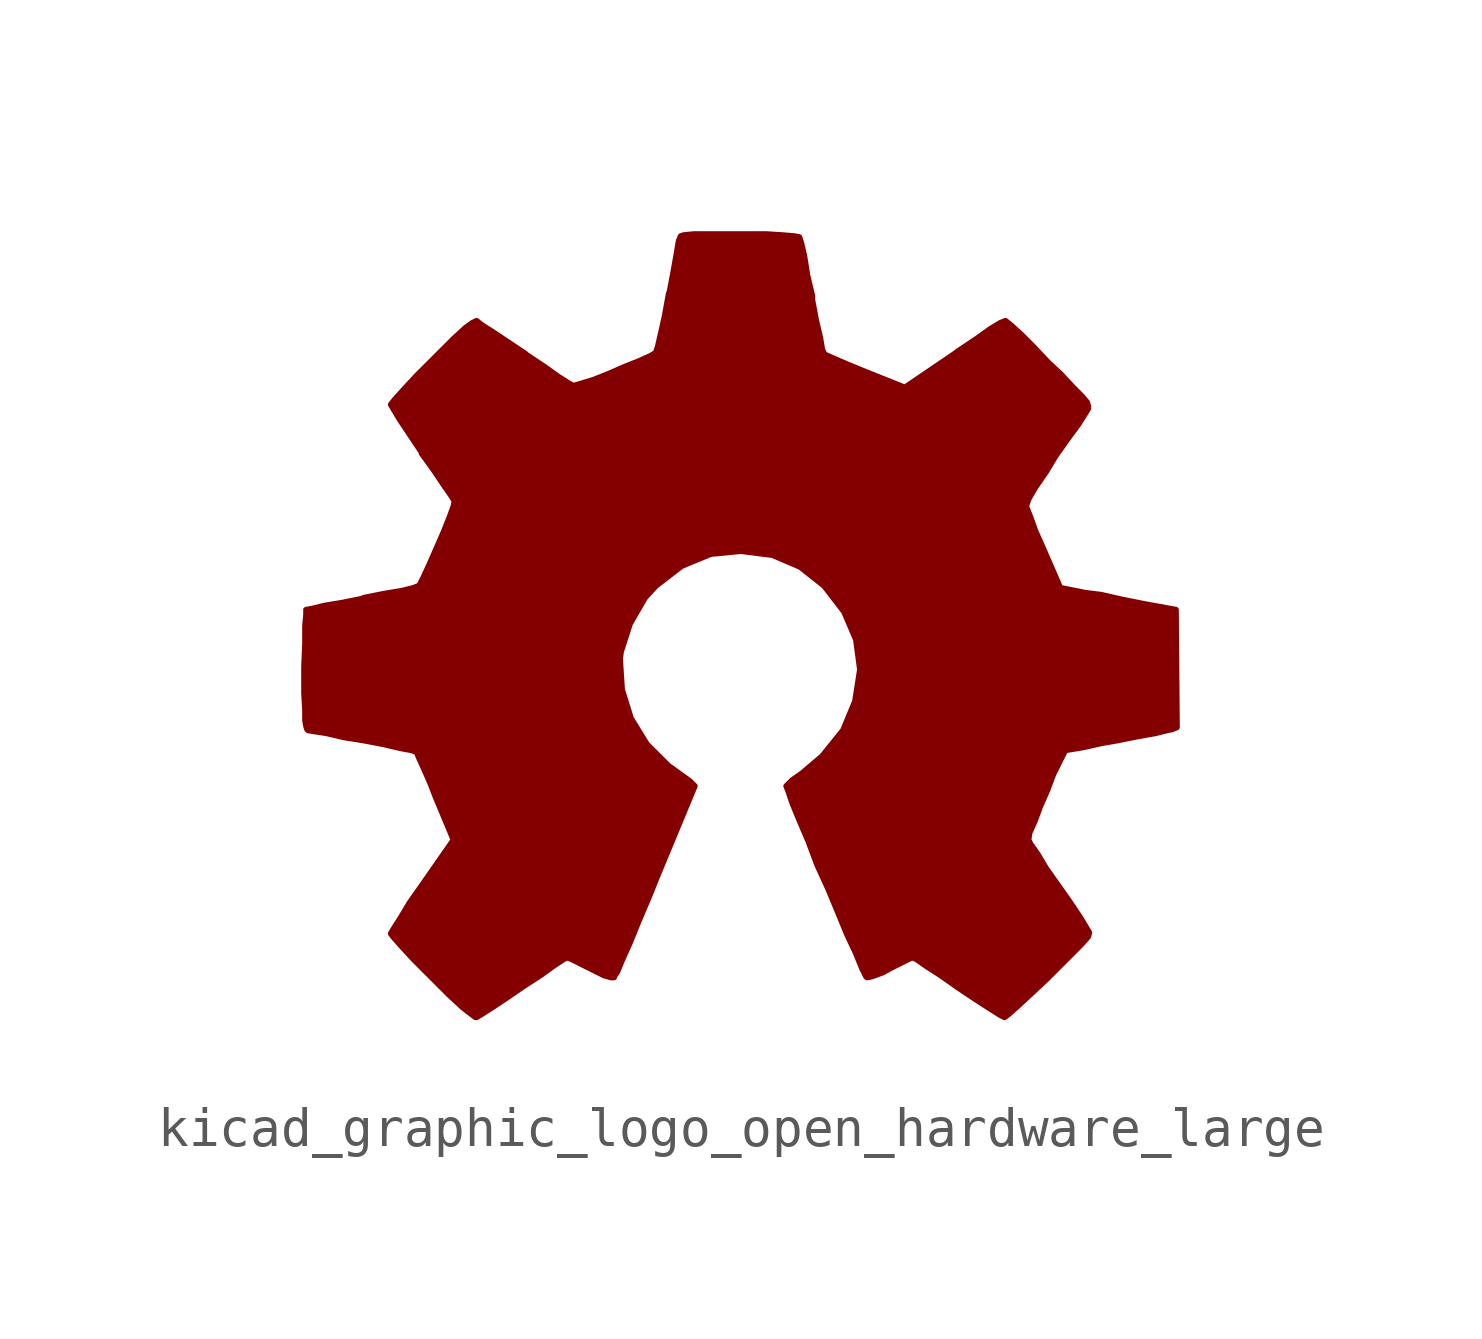
<source format=kicad_sym>
(kicad_symbol_lib
  (version 20220914)
  (generator kicad_symbol_editor)
  (symbol "kicad_graphic_logo_open_hardware_large"
    (property "Reference" "#SYM"
      (at 0 12.7 0)
      (effects (font (size 1.27 1.27)) hide))
    (symbol "kicad_graphic_logo_open_hardware_large_1_1"
      (polyline (pts (xy 6.731 -8.712) (xy 6.629 -8.661) (xy 6.35 -8.484) (xy 5.994 -8.255) (xy 5.537 -7.95) (xy 5.105 -7.645) (xy 4.75 -7.417) (xy 4.496 -7.239) (xy 4.394 -7.188) (xy 4.318 -7.214) (xy 4.115 -7.315) (xy 3.81 -7.468) (xy 3.632 -7.569) (xy 3.353 -7.671) (xy 3.226 -7.696) (xy 3.2 -7.671) (xy 3.099 -7.468) (xy 2.946 -7.087) (xy 2.718 -6.604) (xy 2.489 -6.045) (xy 2.235 -5.436) (xy 1.956 -4.826) (xy 1.727 -4.216) (xy 1.499 -3.683) (xy 1.321 -3.251) (xy 1.219 -2.946) (xy 1.168 -2.819) (xy 1.194 -2.794) (xy 1.321 -2.667) (xy 1.575 -2.489) (xy 2.083 -2.057) (xy 2.616 -1.397) (xy 2.921 -0.66) (xy 3.048 0.152) (xy 2.946 0.914) (xy 2.642 1.626) (xy 2.134 2.286) (xy 1.524 2.769) (xy 0.813 3.073) (xy 0 3.175) (xy -0.762 3.099) (xy -1.499 2.794) (xy -2.159 2.286) (xy -2.438 1.981) (xy -2.819 1.321) (xy -3.048 0.61) (xy -3.073 0.432) (xy -3.023 -0.356) (xy -2.794 -1.092) (xy -2.388 -1.753) (xy -1.829 -2.311) (xy -1.753 -2.362) (xy -1.473 -2.565) (xy -1.295 -2.692) (xy -1.168 -2.819) (xy -2.159 -5.207) (xy -2.311 -5.588) (xy -2.591 -6.248) (xy -2.819 -6.807) (xy -3.023 -7.264) (xy -3.15 -7.569) (xy -3.226 -7.671) (xy -3.226 -7.696) (xy -3.302 -7.696) (xy -3.48 -7.645) (xy -3.835 -7.468) (xy -4.039 -7.366) (xy -4.293 -7.239) (xy -4.42 -7.188) (xy -4.521 -7.239) (xy -4.75 -7.391) (xy -5.105 -7.645) (xy -5.537 -7.925) (xy -5.944 -8.204) (xy -6.325 -8.458) (xy -6.604 -8.636) (xy -6.731 -8.712) (xy -6.756 -8.712) (xy -6.858 -8.636) (xy -7.087 -8.458) (xy -7.417 -8.153) (xy -7.874 -7.696) (xy -7.95 -7.62) (xy -8.331 -7.239) (xy -8.636 -6.909) (xy -8.839 -6.68) (xy -8.915 -6.579) (xy -8.915 -6.579) (xy -8.839 -6.452) (xy -8.661 -6.172) (xy -8.433 -5.791) (xy -8.128 -5.359) (xy -7.315 -4.191) (xy -7.772 -3.099) (xy -7.899 -2.769) (xy -8.077 -2.362) (xy -8.204 -2.083) (xy -8.255 -1.956) (xy -8.382 -1.905) (xy -8.661 -1.854) (xy -9.093 -1.753) (xy -9.627 -1.651) (xy -10.109 -1.575) (xy -10.541 -1.473) (xy -10.871 -1.422) (xy -11.024 -1.397) (xy -11.049 -1.372) (xy -11.074 -1.295) (xy -11.1 -1.143) (xy -11.1 -0.889) (xy -11.125 -0.457) (xy -11.125 0.152) (xy -11.125 0.229) (xy -11.1 0.813) (xy -11.1 1.27) (xy -11.074 1.549) (xy -11.074 1.676) (xy -11.074 1.676) (xy -10.922 1.702) (xy -10.617 1.778) (xy -10.16 1.854) (xy -9.652 1.956) (xy -9.601 1.981) (xy -9.093 2.083) (xy -8.636 2.159) (xy -8.331 2.235) (xy -8.204 2.286) (xy -8.179 2.311) (xy -8.077 2.515) (xy -7.925 2.845) (xy -7.747 3.251) (xy -7.569 3.658) (xy -7.417 4.039) (xy -7.315 4.318) (xy -7.29 4.445) (xy -7.29 4.445) (xy -7.366 4.572) (xy -7.544 4.826) (xy -7.798 5.207) (xy -8.128 5.664) (xy -8.128 5.69) (xy -8.433 6.147) (xy -8.687 6.528) (xy -8.839 6.782) (xy -8.915 6.909) (xy -8.915 6.909) (xy -8.814 7.036) (xy -8.585 7.29) (xy -8.255 7.645) (xy -7.874 8.026) (xy -7.747 8.153) (xy -7.315 8.585) (xy -7.01 8.865) (xy -6.833 8.992) (xy -6.731 9.042) (xy -6.731 9.042) (xy -6.604 8.941) (xy -6.325 8.763) (xy -5.944 8.509) (xy -5.486 8.204) (xy -5.461 8.179) (xy -5.004 7.874) (xy -4.648 7.62) (xy -4.369 7.442) (xy -4.267 7.391) (xy -4.242 7.391) (xy -4.064 7.442) (xy -3.734 7.544) (xy -3.353 7.696) (xy -2.946 7.874) (xy -2.565 8.026) (xy -2.286 8.153) (xy -2.159 8.23) (xy -2.159 8.23) (xy -2.108 8.382) (xy -2.032 8.712) (xy -1.93 9.169) (xy -1.829 9.728) (xy -1.803 9.804) (xy -1.702 10.338) (xy -1.626 10.77) (xy -1.575 11.074) (xy -1.524 11.201) (xy -1.448 11.227) (xy -1.194 11.252) (xy -0.813 11.252) (xy -0.33 11.252) (xy 0.152 11.252) (xy 0.66 11.252) (xy 1.067 11.227) (xy 1.372 11.201) (xy 1.499 11.176) (xy 1.499 11.176) (xy 1.549 11.024) (xy 1.626 10.693) (xy 1.702 10.211) (xy 1.829 9.677) (xy 1.829 9.576) (xy 1.93 9.042) (xy 2.032 8.611) (xy 2.083 8.306) (xy 2.134 8.204) (xy 2.159 8.179) (xy 2.388 8.077) (xy 2.743 7.925) (xy 3.175 7.747) (xy 4.191 7.341) (xy 5.461 8.204) (xy 5.563 8.28) (xy 6.02 8.585) (xy 6.375 8.839) (xy 6.629 8.992) (xy 6.756 9.042) (xy 6.756 9.042) (xy 6.883 8.941) (xy 7.137 8.712) (xy 7.468 8.382) (xy 7.849 7.976) (xy 8.153 7.696) (xy 8.484 7.341) (xy 8.712 7.112) (xy 8.839 6.96) (xy 8.865 6.858) (xy 8.865 6.807) (xy 8.788 6.68) (xy 8.611 6.401) (xy 8.331 6.02) (xy 8.026 5.588) (xy 7.798 5.207) (xy 7.518 4.801) (xy 7.341 4.496) (xy 7.29 4.343) (xy 7.29 4.293) (xy 7.391 4.039) (xy 7.518 3.683) (xy 7.722 3.226) (xy 8.153 2.235) (xy 8.788 2.108) (xy 9.195 2.057) (xy 9.754 1.93) (xy 10.262 1.829) (xy 11.1 1.676) (xy 11.125 -1.321) (xy 10.998 -1.372) (xy 10.871 -1.397) (xy 10.566 -1.473) (xy 10.135 -1.549) (xy 9.627 -1.651) (xy 9.195 -1.727) (xy 8.738 -1.829) (xy 8.433 -1.88) (xy 8.28 -1.905) (xy 8.255 -1.956) (xy 8.153 -2.159) (xy 7.976 -2.515) (xy 7.823 -2.921) (xy 7.645 -3.327) (xy 7.493 -3.734) (xy 7.366 -4.013) (xy 7.341 -4.191) (xy 7.391 -4.293) (xy 7.569 -4.547) (xy 7.798 -4.928) (xy 8.103 -5.359) (xy 8.407 -5.791) (xy 8.661 -6.172) (xy 8.814 -6.426) (xy 8.89 -6.553) (xy 8.865 -6.655) (xy 8.687 -6.858) (xy 8.357 -7.188) (xy 7.874 -7.671) (xy 7.798 -7.747) (xy 7.391 -8.128) (xy 7.061 -8.433) (xy 6.833 -8.636) (xy 6.731 -8.712)) (stroke (width 0) (type default)) (fill (type outline))))))
</source>
